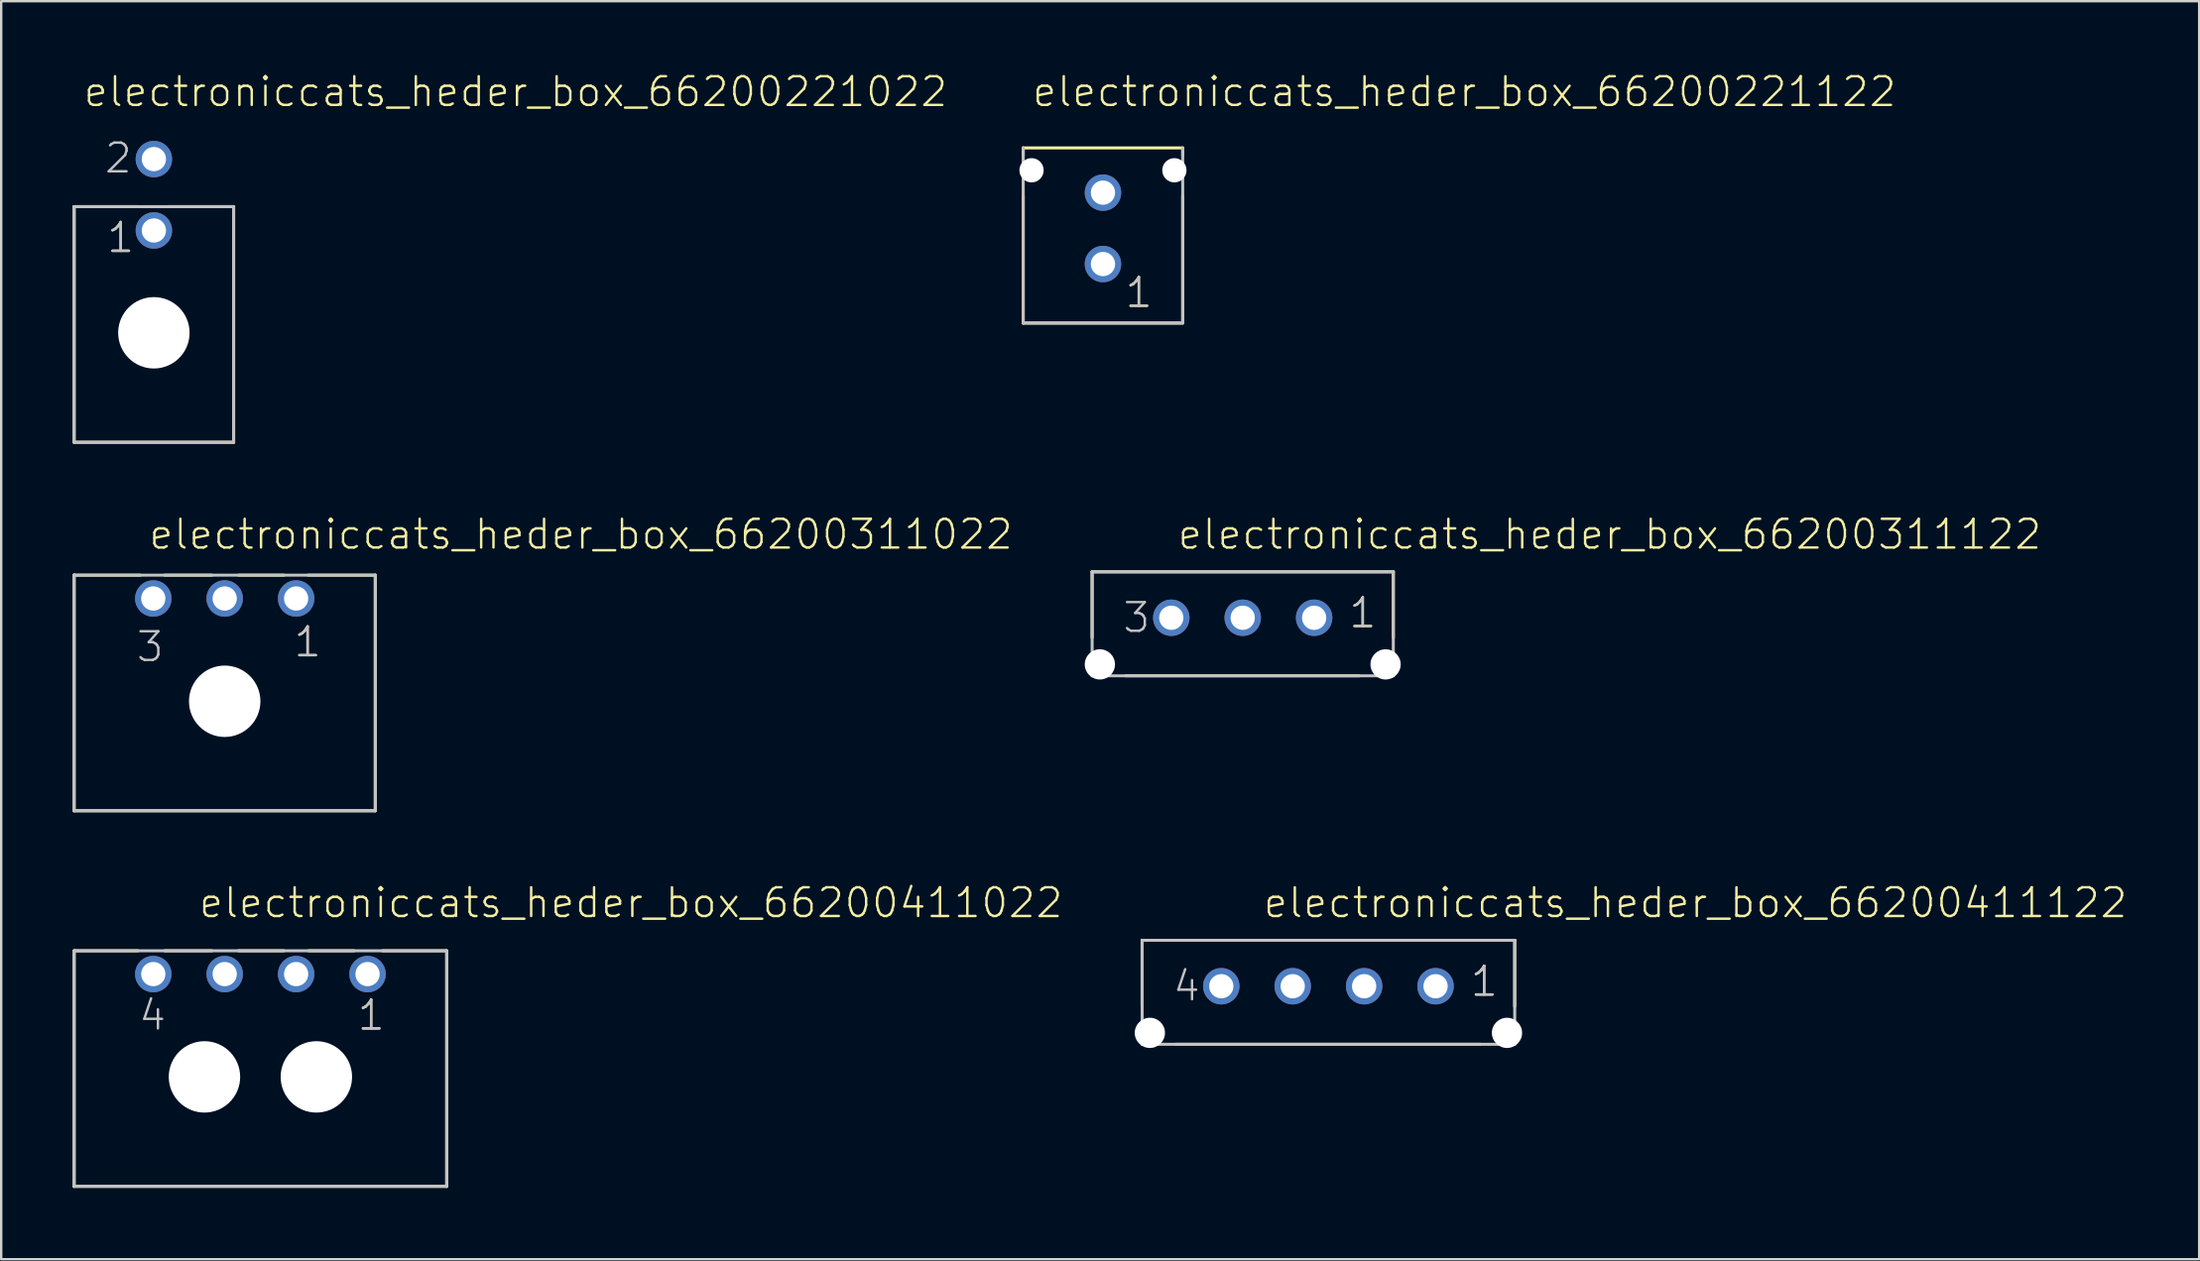
<source format=kicad_pcb>
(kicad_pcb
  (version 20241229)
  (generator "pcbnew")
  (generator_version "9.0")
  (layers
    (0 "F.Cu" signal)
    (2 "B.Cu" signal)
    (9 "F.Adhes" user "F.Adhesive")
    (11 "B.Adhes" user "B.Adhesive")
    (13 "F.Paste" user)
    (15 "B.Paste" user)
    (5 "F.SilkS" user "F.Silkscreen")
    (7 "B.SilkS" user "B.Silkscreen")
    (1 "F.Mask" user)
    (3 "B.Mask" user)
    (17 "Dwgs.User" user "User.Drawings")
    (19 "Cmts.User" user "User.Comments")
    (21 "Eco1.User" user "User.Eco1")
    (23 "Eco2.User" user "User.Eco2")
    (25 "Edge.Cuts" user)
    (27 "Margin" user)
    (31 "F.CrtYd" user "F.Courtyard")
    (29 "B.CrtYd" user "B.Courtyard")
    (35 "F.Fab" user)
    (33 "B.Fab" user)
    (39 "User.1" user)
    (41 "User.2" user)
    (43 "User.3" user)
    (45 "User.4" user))
  (footprint "electroniccats_heder_box_66200221022"
    (layer "F.Cu")
    (at 3.413 10.936)
    (property "Reference" "electroniccats_heder_box_66200221022" (at -3.02 -9.425 0) (layer "F.SilkS") (effects (font (size 1.206 1.206) (thickness 0.102)) (justify left bottom)))
    (attr through_hole)
    (fp_line (start -3.35 4.6) (end -3.35 -5.3) (stroke (width 0.127) (type solid)) (layer "F.SilkS"))
    (fp_line (start -0.66 -5.3) (end -3.35 -5.3) (stroke (width 0.127) (type solid)) (layer "F.SilkS"))
    (fp_line (start 0.56 -5.3) (end 3.35 -5.3) (stroke (width 0.127) (type solid)) (layer "F.SilkS"))
    (fp_line (start 3.35 -5.3) (end 3.35 4.6) (stroke (width 0.127) (type solid)) (layer "F.SilkS"))
    (fp_line (start 3.35 4.6) (end -3.35 4.6) (stroke (width 0.127) (type solid)) (layer "F.SilkS"))
    (fp_line (start -3.35 -5.3) (end 3.35 -5.3) (stroke (width 0.127) (type solid)) (layer "Dwgs.User"))
    (fp_line (start -3.35 4.6) (end -3.35 -5.3) (stroke (width 0.127) (type solid)) (layer "Dwgs.User"))
    (fp_line (start 3.35 -5.3) (end 3.35 4.6) (stroke (width 0.127) (type solid)) (layer "Dwgs.User"))
    (fp_line (start 3.35 4.6) (end -3.35 4.6) (stroke (width 0.127) (type solid)) (layer "Dwgs.User"))
    (fp_text user "1" (at -2.035 -3.295 0) (layer "F.SilkS") (effects (font (size 1.206 1.206) (thickness 0.102)) (justify left bottom)))
    (fp_text user "1" (at -2.035 -3.295 0) (layer "Dwgs.User") (effects (font (size 1.206 1.206) (thickness 0.102)) (justify left bottom)))
    (fp_text user "2" (at -2.135 -6.635 0) (layer "Dwgs.User") (effects (font (size 1.206 1.206) (thickness 0.102)) (justify left bottom)))
    (pad "" np_thru_hole circle (at 0 0) (size 3 3) (drill 3) (layers "*.Cu"))
    (pad "1" thru_hole circle (at 0 -4.3) (size 1.53 1.53) (drill 1.02) (layers "*.Cu" "*.Mask"))
    (pad "2" thru_hole circle (at 0 -7.3) (size 1.53 1.53) (drill 1.02) (layers "*.Cu" "*.Mask")))
  (footprint "electroniccats_heder_box_66200311022"
    (layer "F.Cu")
    (at 6.388 26.421)
    (property "Reference" "electroniccats_heder_box_66200311022" (at -3.25 -6.31 0) (layer "F.SilkS") (effects (font (size 1.206 1.206) (thickness 0.102)) (justify left bottom)))
    (attr through_hole)
    (fp_line (start -6.325 4.6) (end -6.325 -5.3) (stroke (width 0.127) (type solid)) (layer "F.SilkS"))
    (fp_line (start -6.32 -5.3) (end -6.32 -5.31) (stroke (width 0.127) (type solid)) (layer "F.SilkS"))
    (fp_line (start -3.55 -5.3) (end -6.32 -5.3) (stroke (width 0.127) (type solid)) (layer "F.SilkS"))
    (fp_line (start -2.52 -5.3) (end -0.54 -5.3) (stroke (width 0.127) (type solid)) (layer "F.SilkS"))
    (fp_line (start 0.58 -5.3) (end 2.48 -5.3) (stroke (width 0.127) (type solid)) (layer "F.SilkS"))
    (fp_line (start 3.51 -5.3) (end 6.33 -5.3) (stroke (width 0.127) (type solid)) (layer "F.SilkS"))
    (fp_line (start 6.325 -5.3) (end 6.325 4.6) (stroke (width 0.127) (type solid)) (layer "F.SilkS"))
    (fp_line (start 6.325 4.6) (end -6.325 4.6) (stroke (width 0.127) (type solid)) (layer "F.SilkS"))
    (fp_line (start -6.325 -5.3) (end 6.325 -5.3) (stroke (width 0.127) (type solid)) (layer "Dwgs.User"))
    (fp_line (start -6.325 4.6) (end -6.325 -5.3) (stroke (width 0.127) (type solid)) (layer "Dwgs.User"))
    (fp_line (start 6.325 -5.3) (end 6.325 4.6) (stroke (width 0.127) (type solid)) (layer "Dwgs.User"))
    (fp_line (start 6.325 4.6) (end -6.325 4.6) (stroke (width 0.127) (type solid)) (layer "Dwgs.User"))
    (fp_text user "1" (at 2.84 -1.785 0) (layer "F.SilkS") (effects (font (size 1.206 1.206) (thickness 0.102)) (justify left bottom)))
    (fp_text user "3" (at -3.775 -1.585 0) (layer "Dwgs.User") (effects (font (size 1.206 1.206) (thickness 0.102)) (justify left bottom)))
    (fp_text user "1" (at 2.84 -1.785 0) (layer "Dwgs.User") (effects (font (size 1.206 1.206) (thickness 0.102)) (justify left bottom)))
    (pad "" np_thru_hole circle (at 0 0) (size 3 3) (drill 3) (layers "*.Cu"))
    (pad "1" thru_hole circle (at 3 -4.32) (size 1.53 1.53) (drill 1.02) (layers "*.Cu" "*.Mask"))
    (pad "2" thru_hole circle (at 0 -4.32) (size 1.53 1.53) (drill 1.02) (layers "*.Cu" "*.Mask"))
    (pad "3" thru_hole circle (at -3 -4.32) (size 1.53 1.53) (drill 1.02) (layers "*.Cu" "*.Mask")))
  (footprint "electroniccats_heder_box_66200411122"
    (layer "F.Cu")
    (at 52.747 38.396)
    (property "Reference" "electroniccats_heder_box_66200411122" (at -2.8 -2.8 0) (layer "F.SilkS") (effects (font (size 1.206 1.206) (thickness 0.102)) (justify left bottom)))
    (attr through_hole)
    (fp_line (start -7.825 -1.93) (end 7.825 -1.93) (stroke (width 0.127) (type solid)) (layer "F.SilkS"))
    (fp_line (start -7.825 0.825) (end -7.825 -1.93) (stroke (width 0.127) (type solid)) (layer "F.SilkS"))
    (fp_line (start -6.42 2.44) (end 6.39 2.44) (stroke (width 0.127) (type solid)) (layer "F.SilkS"))
    (fp_line (start 7.825 -1.93) (end 7.825 0.845) (stroke (width 0.127) (type solid)) (layer "F.SilkS"))
    (fp_line (start -7.825 -1.93) (end 7.825 -1.93) (stroke (width 0.127) (type solid)) (layer "Dwgs.User"))
    (fp_line (start -7.825 2.44) (end -7.825 -1.93) (stroke (width 0.127) (type solid)) (layer "Dwgs.User"))
    (fp_line (start 7.825 -1.93) (end 7.825 2.44) (stroke (width 0.127) (type solid)) (layer "Dwgs.User"))
    (fp_line (start 7.825 2.44) (end -7.825 2.44) (stroke (width 0.127) (type solid)) (layer "Dwgs.User"))
    (fp_text user "1" (at 5.9 0.5 0) (layer "F.SilkS") (effects (font (size 1.206 1.206) (thickness 0.102)) (justify left bottom)))
    (fp_text user "1" (at 5.9 0.5 0) (layer "Dwgs.User") (effects (font (size 1.206 1.206) (thickness 0.102)) (justify left bottom)))
    (fp_text user "4" (at -6.6 0.7 0) (layer "Dwgs.User") (effects (font (size 1.206 1.206) (thickness 0.102)) (justify left bottom)))
    (pad "" np_thru_hole circle (at -7.5 1.96) (size 1.27 1.27) (drill 1.27) (layers "*.Cu"))
    (pad "" np_thru_hole circle (at 7.5 1.96) (size 1.27 1.27) (drill 1.27) (layers "*.Cu"))
    (pad "1" thru_hole circle (at 4.5 0) (size 1.53 1.53) (drill 1.02) (layers "*.Cu" "*.Mask"))
    (pad "2" thru_hole circle (at 1.5 0) (size 1.53 1.53) (drill 1.02) (layers "*.Cu" "*.Mask"))
    (pad "3" thru_hole circle (at -1.5 0) (size 1.53 1.53) (drill 1.02) (layers "*.Cu" "*.Mask"))
    (pad "4" thru_hole circle (at -4.5 0) (size 1.53 1.53) (drill 1.02) (layers "*.Cu" "*.Mask")))
  (footprint "electroniccats_heder_box_66200311122"
    (layer "F.Cu")
    (at 49.147 22.911)
    (property "Reference" "electroniccats_heder_box_66200311122" (at -2.8 -2.8 0) (layer "F.SilkS") (effects (font (size 1.206 1.206) (thickness 0.102)) (justify left bottom)))
    (attr through_hole)
    (fp_line (start -6.325 -1.93) (end 6.325 -1.93) (stroke (width 0.127) (type solid)) (layer "F.SilkS"))
    (fp_line (start -6.325 0.825) (end -6.325 -1.93) (stroke (width 0.127) (type solid)) (layer "F.SilkS"))
    (fp_line (start -4.92 2.44) (end 4.89 2.44) (stroke (width 0.127) (type solid)) (layer "F.SilkS"))
    (fp_line (start 6.325 -1.93) (end 6.325 0.845) (stroke (width 0.127) (type solid)) (layer "F.SilkS"))
    (fp_line (start -6.325 -1.93) (end 6.325 -1.93) (stroke (width 0.127) (type solid)) (layer "Dwgs.User"))
    (fp_line (start -6.325 2.44) (end -6.325 -1.93) (stroke (width 0.127) (type solid)) (layer "Dwgs.User"))
    (fp_line (start 6.325 -1.93) (end 6.325 2.44) (stroke (width 0.127) (type solid)) (layer "Dwgs.User"))
    (fp_line (start 6.325 2.44) (end -6.325 2.44) (stroke (width 0.127) (type solid)) (layer "Dwgs.User"))
    (fp_text user "1" (at 4.4 0.5 0) (layer "F.SilkS") (effects (font (size 1.206 1.206) (thickness 0.102)) (justify left bottom)))
    (fp_text user "3" (at -5.1 0.7 0) (layer "Dwgs.User") (effects (font (size 1.206 1.206) (thickness 0.102)) (justify left bottom)))
    (fp_text user "1" (at 4.4 0.5 0) (layer "Dwgs.User") (effects (font (size 1.206 1.206) (thickness 0.102)) (justify left bottom)))
    (pad "" np_thru_hole circle (at -6 1.96) (size 1.27 1.27) (drill 1.27) (layers "*.Cu"))
    (pad "" np_thru_hole circle (at 6 1.96) (size 1.27 1.27) (drill 1.27) (layers "*.Cu"))
    (pad "1" thru_hole circle (at 3 0) (size 1.53 1.53) (drill 1.02) (layers "*.Cu" "*.Mask"))
    (pad "2" thru_hole circle (at 0 0) (size 1.53 1.53) (drill 1.02) (layers "*.Cu" "*.Mask"))
    (pad "3" thru_hole circle (at -3 0) (size 1.53 1.53) (drill 1.02) (layers "*.Cu" "*.Mask")))
  (footprint "electroniccats_heder_box_66200411022"
    (layer "F.Cu")
    (at 7.888 42.206)
    (property "Reference" "electroniccats_heder_box_66200411022" (at -2.65 -6.61 0) (layer "F.SilkS") (effects (font (size 1.206 1.206) (thickness 0.102)) (justify left bottom)))
    (attr through_hole)
    (fp_line (start -7.825 4.6) (end -7.825 -5.3) (stroke (width 0.127) (type solid)) (layer "F.SilkS"))
    (fp_line (start -7.8 -5.3) (end -5.15 -5.3) (stroke (width 0.127) (type solid)) (layer "F.SilkS"))
    (fp_line (start -4.02 -5.3) (end -2.04 -5.3) (stroke (width 0.127) (type solid)) (layer "F.SilkS"))
    (fp_line (start -0.92 -5.3) (end 0.98 -5.3) (stroke (width 0.127) (type solid)) (layer "F.SilkS"))
    (fp_line (start 2.03 -5.3) (end 3.93 -5.3) (stroke (width 0.127) (type solid)) (layer "F.SilkS"))
    (fp_line (start 5.13 -5.3) (end 7.8 -5.3) (stroke (width 0.127) (type solid)) (layer "F.SilkS"))
    (fp_line (start 7.825 -5.3) (end 7.825 4.6) (stroke (width 0.127) (type solid)) (layer "F.SilkS"))
    (fp_line (start 7.825 4.6) (end -7.825 4.6) (stroke (width 0.127) (type solid)) (layer "F.SilkS"))
    (fp_line (start -7.825 -5.3) (end 7.825 -5.3) (stroke (width 0.127) (type solid)) (layer "Dwgs.User"))
    (fp_line (start -7.825 4.6) (end -7.825 -5.3) (stroke (width 0.127) (type solid)) (layer "Dwgs.User"))
    (fp_line (start 7.825 -5.3) (end 7.825 4.6) (stroke (width 0.127) (type solid)) (layer "Dwgs.User"))
    (fp_line (start 7.825 4.6) (end -7.825 4.6) (stroke (width 0.127) (type solid)) (layer "Dwgs.User"))
    (fp_text user "1" (at 4.01 -1.885 0) (layer "F.SilkS") (effects (font (size 1.206 1.206) (thickness 0.102)) (justify left bottom)))
    (fp_text user "1" (at 4.01 -1.885 0) (layer "Dwgs.User") (effects (font (size 1.206 1.206) (thickness 0.102)) (justify left bottom)))
    (fp_text user "4" (at -5.175 -1.885 0) (layer "Dwgs.User") (effects (font (size 1.206 1.206) (thickness 0.102)) (justify left bottom)))
    (pad "" np_thru_hole circle (at -2.35 0) (size 3 3) (drill 3) (layers "*.Cu"))
    (pad "" np_thru_hole circle (at 2.35 0) (size 3 3) (drill 3) (layers "*.Cu"))
    (pad "1" thru_hole circle (at 4.5 -4.32) (size 1.53 1.53) (drill 1.02) (layers "*.Cu" "*.Mask"))
    (pad "2" thru_hole circle (at 1.5 -4.32) (size 1.53 1.53) (drill 1.02) (layers "*.Cu" "*.Mask"))
    (pad "3" thru_hole circle (at -1.5 -4.32) (size 1.53 1.53) (drill 1.02) (layers "*.Cu" "*.Mask"))
    (pad "4" thru_hole circle (at -4.5 -4.32) (size 1.53 1.53) (drill 1.02) (layers "*.Cu" "*.Mask")))
  (footprint "electroniccats_heder_box_66200221122"
    (layer "F.Cu")
    (at 43.277 6.546)
    (property "Reference" "electroniccats_heder_box_66200221122" (at -3.035 -5.035 0) (layer "F.SilkS") (effects (font (size 1.206 1.206) (thickness 0.102)) (justify left bottom)))
    (attr through_hole)
    (fp_line (start -3.35 -3.05) (end -3.35 -3.38) (stroke (width 0.127) (type solid)) (layer "F.SilkS"))
    (fp_line (start -3.35 -1.37) (end -3.35 3.98) (stroke (width 0.127) (type solid)) (layer "F.SilkS"))
    (fp_line (start -3.35 3.98) (end 3.35 3.98) (stroke (width 0.127) (type solid)) (layer "F.SilkS"))
    (fp_line (start 3.35 -3.38) (end -3.35 -3.38) (stroke (width 0.127) (type solid)) (layer "F.SilkS"))
    (fp_line (start 3.35 -3.05) (end 3.35 -3.38) (stroke (width 0.127) (type solid)) (layer "F.SilkS"))
    (fp_line (start 3.35 -1.36) (end 3.35 3.94) (stroke (width 0.127) (type solid)) (layer "F.SilkS"))
    (fp_line (start -3.35 -3.38) (end -3.35 3.98) (stroke (width 0.127) (type solid)) (layer "Dwgs.User"))
    (fp_line (start -3.35 3.98) (end 3.35 3.98) (stroke (width 0.127) (type solid)) (layer "Dwgs.User"))
    (fp_line (start 3.35 3.98) (end 3.35 -3.38) (stroke (width 0.127) (type solid)) (layer "Dwgs.User"))
    (fp_text user "1" (at 0.865 3.405 0) (layer "F.SilkS") (effects (font (size 1.206 1.206) (thickness 0.102)) (justify left bottom)))
    (fp_text user "1" (at 0.865 3.405 0) (layer "Dwgs.User") (effects (font (size 1.206 1.206) (thickness 0.102)) (justify left bottom)))
    (pad "" np_thru_hole circle (at -3 -2.44) (size 1.02 1.02) (drill 1.02) (layers "*.Cu"))
    (pad "" np_thru_hole circle (at 3 -2.44) (size 1.02 1.02) (drill 1.02) (layers "*.Cu"))
    (pad "1" thru_hole circle (at 0 1.5) (size 1.53 1.53) (drill 1.02) (layers "*.Cu" "*.Mask"))
    (pad "2" thru_hole circle (at 0 -1.5) (size 1.53 1.53) (drill 1.02) (layers "*.Cu" "*.Mask")))
  (gr_rect
    (start -3 -3)
    (end 89.32 49.869)
    (stroke (width 0.1) (type default))
    (fill no)
    (layer "Edge.Cuts")))
</source>
